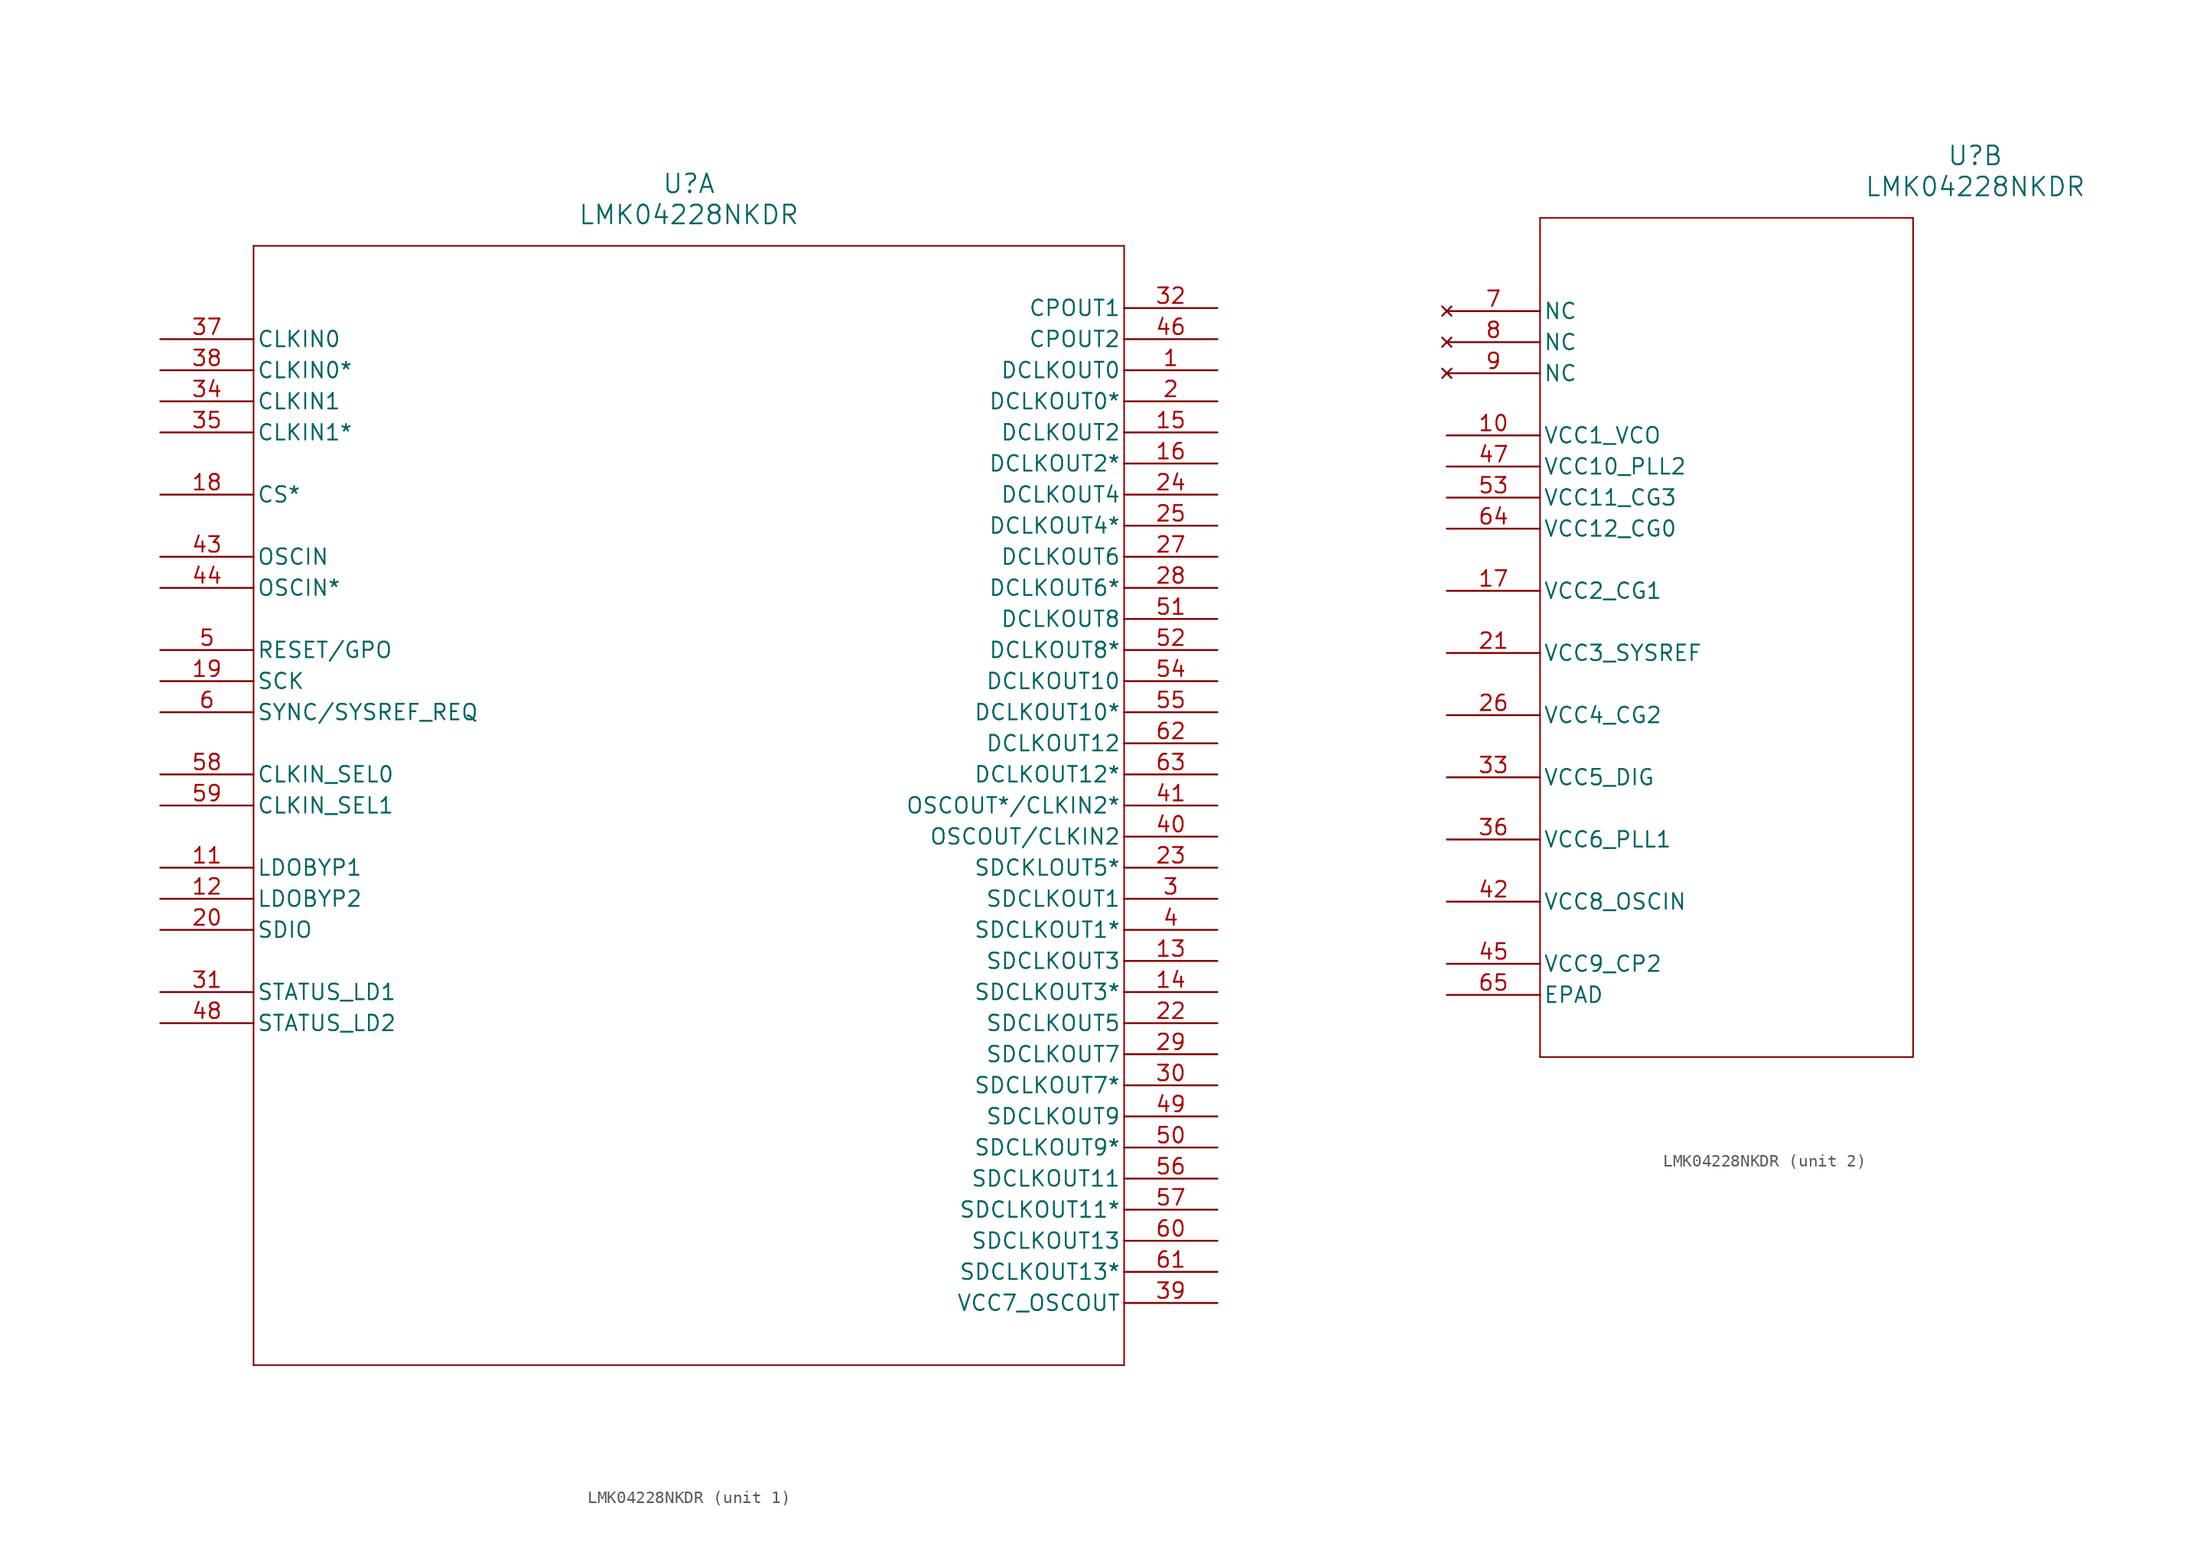
<source format=kicad_sym>
(kicad_symbol_lib
  (version 20211014)
  (generator kicad_symbol_editor)
  (symbol "LMK04228NKDR"
    (pin_names
      (offset 0.254))
    (property "Reference" "U"
      (at 43.18 12.7 0)
      (effects (font (size 1.524 1.524))))
    (property "Value" "LMK04228NKDR"
      (at 43.18 10.16 0)
      (effects (font (size 1.524 1.524))))
    (symbol "LMK04228NKDR_1_1"
      (polyline (pts (xy 7.62 7.62) (xy 7.62 -83.82)) (stroke (width 0.127) (type default) (color 0 0 0 0)) (fill (type none)))
      (polyline (pts (xy 7.62 -83.82) (xy 78.74 -83.82)) (stroke (width 0.127) (type default) (color 0 0 0 0)) (fill (type none)))
      (polyline (pts (xy 78.74 -83.82) (xy 78.74 7.62)) (stroke (width 0.127) (type default) (color 0 0 0 0)) (fill (type none)))
      (polyline (pts (xy 78.74 7.62) (xy 7.62 7.62)) (stroke (width 0.127) (type default) (color 0 0 0 0)) (fill (type none)))
      (pin output line (at 86.36 -2.54 180) (length 7.62) (name "DCLKOUT0" (effects (font (size 1.27 1.27)))) (number "1" (effects (font (size 1.27 1.27)))))
      (pin output line (at 86.36 -5.08 180) (length 7.62) (name "DCLKOUT0*" (effects (font (size 1.27 1.27)))) (number "2" (effects (font (size 1.27 1.27)))))
      (pin output line (at 86.36 -45.72 180) (length 7.62) (name "SDCLKOUT1" (effects (font (size 1.27 1.27)))) (number "3" (effects (font (size 1.27 1.27)))))
      (pin output line (at 86.36 -48.26 180) (length 7.62) (name "SDCLKOUT1*" (effects (font (size 1.27 1.27)))) (number "4" (effects (font (size 1.27 1.27)))))
      (pin input line (at 0 -25.4 0) (length 7.62) (name "RESET/GPO" (effects (font (size 1.27 1.27)))) (number "5" (effects (font (size 1.27 1.27)))))
      (pin input line (at 0 -30.48 0) (length 7.62) (name "SYNC/SYSREF_REQ" (effects (font (size 1.27 1.27)))) (number "6" (effects (font (size 1.27 1.27)))))
      (pin unspecified line (at 0 -43.18 0) (length 7.62) (name "LDOBYP1" (effects (font (size 1.27 1.27)))) (number "11" (effects (font (size 1.27 1.27)))))
      (pin unspecified line (at 0 -45.72 0) (length 7.62) (name "LDOBYP2" (effects (font (size 1.27 1.27)))) (number "12" (effects (font (size 1.27 1.27)))))
      (pin output line (at 86.36 -50.8 180) (length 7.62) (name "SDCLKOUT3" (effects (font (size 1.27 1.27)))) (number "13" (effects (font (size 1.27 1.27)))))
      (pin output line (at 86.36 -53.34 180) (length 7.62) (name "SDCLKOUT3*" (effects (font (size 1.27 1.27)))) (number "14" (effects (font (size 1.27 1.27)))))
      (pin output line (at 86.36 -7.62 180) (length 7.62) (name "DCLKOUT2" (effects (font (size 1.27 1.27)))) (number "15" (effects (font (size 1.27 1.27)))))
      (pin output line (at 86.36 -10.16 180) (length 7.62) (name "DCLKOUT2*" (effects (font (size 1.27 1.27)))) (number "16" (effects (font (size 1.27 1.27)))))
      (pin input line (at 0 -12.7 0) (length 7.62) (name "CS*" (effects (font (size 1.27 1.27)))) (number "18" (effects (font (size 1.27 1.27)))))
      (pin input line (at 0 -27.94 0) (length 7.62) (name "SCK" (effects (font (size 1.27 1.27)))) (number "19" (effects (font (size 1.27 1.27)))))
      (pin bidirectional line (at 0 -48.26 0) (length 7.62) (name "SDIO" (effects (font (size 1.27 1.27)))) (number "20" (effects (font (size 1.27 1.27)))))
      (pin output line (at 86.36 -55.88 180) (length 7.62) (name "SDCLKOUT5" (effects (font (size 1.27 1.27)))) (number "22" (effects (font (size 1.27 1.27)))))
      (pin output line (at 86.36 -43.18 180) (length 7.62) (name "SDCKLOUT5*" (effects (font (size 1.27 1.27)))) (number "23" (effects (font (size 1.27 1.27)))))
      (pin output line (at 86.36 -12.7 180) (length 7.62) (name "DCLKOUT4" (effects (font (size 1.27 1.27)))) (number "24" (effects (font (size 1.27 1.27)))))
      (pin output line (at 86.36 -15.24 180) (length 7.62) (name "DCLKOUT4*" (effects (font (size 1.27 1.27)))) (number "25" (effects (font (size 1.27 1.27)))))
      (pin output line (at 86.36 -17.78 180) (length 7.62) (name "DCLKOUT6" (effects (font (size 1.27 1.27)))) (number "27" (effects (font (size 1.27 1.27)))))
      (pin output line (at 86.36 -20.32 180) (length 7.62) (name "DCLKOUT6*" (effects (font (size 1.27 1.27)))) (number "28" (effects (font (size 1.27 1.27)))))
      (pin output line (at 86.36 -58.42 180) (length 7.62) (name "SDCLKOUT7" (effects (font (size 1.27 1.27)))) (number "29" (effects (font (size 1.27 1.27)))))
      (pin output line (at 86.36 -60.96 180) (length 7.62) (name "SDCLKOUT7*" (effects (font (size 1.27 1.27)))) (number "30" (effects (font (size 1.27 1.27)))))
      (pin bidirectional line (at 0 -53.34 0) (length 7.62) (name "STATUS_LD1" (effects (font (size 1.27 1.27)))) (number "31" (effects (font (size 1.27 1.27)))))
      (pin output line (at 86.36 2.54 180) (length 7.62) (name "CPOUT1" (effects (font (size 1.27 1.27)))) (number "32" (effects (font (size 1.27 1.27)))))
      (pin input line (at 0 -5.08 0) (length 7.62) (name "CLKIN1" (effects (font (size 1.27 1.27)))) (number "34" (effects (font (size 1.27 1.27)))))
      (pin input line (at 0 -7.62 0) (length 7.62) (name "CLKIN1*" (effects (font (size 1.27 1.27)))) (number "35" (effects (font (size 1.27 1.27)))))
      (pin input line (at 0 0 0) (length 7.62) (name "CLKIN0" (effects (font (size 1.27 1.27)))) (number "37" (effects (font (size 1.27 1.27)))))
      (pin input line (at 0 -2.54 0) (length 7.62) (name "CLKIN0*" (effects (font (size 1.27 1.27)))) (number "38" (effects (font (size 1.27 1.27)))))
      (pin power_in line (at 86.36 -78.74 180) (length 7.62) (name "VCC7_OSCOUT" (effects (font (size 1.27 1.27)))) (number "39" (effects (font (size 1.27 1.27)))))
      (pin output line (at 86.36 -40.64 180) (length 7.62) (name "OSCOUT/CLKIN2" (effects (font (size 1.27 1.27)))) (number "40" (effects (font (size 1.27 1.27)))))
      (pin output line (at 86.36 -38.1 180) (length 7.62) (name "OSCOUT*/CLKIN2*" (effects (font (size 1.27 1.27)))) (number "41" (effects (font (size 1.27 1.27)))))
      (pin input line (at 0 -17.78 0) (length 7.62) (name "OSCIN" (effects (font (size 1.27 1.27)))) (number "43" (effects (font (size 1.27 1.27)))))
      (pin input line (at 0 -20.32 0) (length 7.62) (name "OSCIN*" (effects (font (size 1.27 1.27)))) (number "44" (effects (font (size 1.27 1.27)))))
      (pin output line (at 86.36 0 180) (length 7.62) (name "CPOUT2" (effects (font (size 1.27 1.27)))) (number "46" (effects (font (size 1.27 1.27)))))
      (pin bidirectional line (at 0 -55.88 0) (length 7.62) (name "STATUS_LD2" (effects (font (size 1.27 1.27)))) (number "48" (effects (font (size 1.27 1.27)))))
      (pin output line (at 86.36 -63.5 180) (length 7.62) (name "SDCLKOUT9" (effects (font (size 1.27 1.27)))) (number "49" (effects (font (size 1.27 1.27)))))
      (pin output line (at 86.36 -66.04 180) (length 7.62) (name "SDCLKOUT9*" (effects (font (size 1.27 1.27)))) (number "50" (effects (font (size 1.27 1.27)))))
      (pin output line (at 86.36 -22.86 180) (length 7.62) (name "DCLKOUT8" (effects (font (size 1.27 1.27)))) (number "51" (effects (font (size 1.27 1.27)))))
      (pin output line (at 86.36 -25.4 180) (length 7.62) (name "DCLKOUT8*" (effects (font (size 1.27 1.27)))) (number "52" (effects (font (size 1.27 1.27)))))
      (pin output line (at 86.36 -27.94 180) (length 7.62) (name "DCLKOUT10" (effects (font (size 1.27 1.27)))) (number "54" (effects (font (size 1.27 1.27)))))
      (pin output line (at 86.36 -30.48 180) (length 7.62) (name "DCLKOUT10*" (effects (font (size 1.27 1.27)))) (number "55" (effects (font (size 1.27 1.27)))))
      (pin output line (at 86.36 -68.58 180) (length 7.62) (name "SDCLKOUT11" (effects (font (size 1.27 1.27)))) (number "56" (effects (font (size 1.27 1.27)))))
      (pin output line (at 86.36 -71.12 180) (length 7.62) (name "SDCLKOUT11*" (effects (font (size 1.27 1.27)))) (number "57" (effects (font (size 1.27 1.27)))))
      (pin bidirectional line (at 0 -35.56 0) (length 7.62) (name "CLKIN_SEL0" (effects (font (size 1.27 1.27)))) (number "58" (effects (font (size 1.27 1.27)))))
      (pin bidirectional line (at 0 -38.1 0) (length 7.62) (name "CLKIN_SEL1" (effects (font (size 1.27 1.27)))) (number "59" (effects (font (size 1.27 1.27)))))
      (pin output line (at 86.36 -73.66 180) (length 7.62) (name "SDCLKOUT13" (effects (font (size 1.27 1.27)))) (number "60" (effects (font (size 1.27 1.27)))))
      (pin output line (at 86.36 -76.2 180) (length 7.62) (name "SDCLKOUT13*" (effects (font (size 1.27 1.27)))) (number "61" (effects (font (size 1.27 1.27)))))
      (pin output line (at 86.36 -33.02 180) (length 7.62) (name "DCLKOUT12" (effects (font (size 1.27 1.27)))) (number "62" (effects (font (size 1.27 1.27)))))
      (pin output line (at 86.36 -35.56 180) (length 7.62) (name "DCLKOUT12*" (effects (font (size 1.27 1.27)))) (number "63" (effects (font (size 1.27 1.27))))))
    (symbol "LMK04228NKDR_2_1"
      (polyline (pts (xy 7.62 7.62) (xy 7.62 -60.96)) (stroke (width 0.127) (type default) (color 0 0 0 0)) (fill (type none)))
      (polyline (pts (xy 7.62 -60.96) (xy 38.1 -60.96)) (stroke (width 0.127) (type default) (color 0 0 0 0)) (fill (type none)))
      (polyline (pts (xy 38.1 -60.96) (xy 38.1 7.62)) (stroke (width 0.127) (type default) (color 0 0 0 0)) (fill (type none)))
      (polyline (pts (xy 38.1 7.62) (xy 7.62 7.62)) (stroke (width 0.127) (type default) (color 0 0 0 0)) (fill (type none)))
      (pin no_connect line (at 0 0 0) (length 7.62) (name "NC" (effects (font (size 1.27 1.27)))) (number "7" (effects (font (size 1.27 1.27)))))
      (pin no_connect line (at 0 -2.54 0) (length 7.62) (name "NC" (effects (font (size 1.27 1.27)))) (number "8" (effects (font (size 1.27 1.27)))))
      (pin no_connect line (at 0 -5.08 0) (length 7.62) (name "NC" (effects (font (size 1.27 1.27)))) (number "9" (effects (font (size 1.27 1.27)))))
      (pin power_in line (at 0 -10.16 0) (length 7.62) (name "VCC1_VCO" (effects (font (size 1.27 1.27)))) (number "10" (effects (font (size 1.27 1.27)))))
      (pin power_in line (at 0 -22.86 0) (length 7.62) (name "VCC2_CG1" (effects (font (size 1.27 1.27)))) (number "17" (effects (font (size 1.27 1.27)))))
      (pin power_in line (at 0 -27.94 0) (length 7.62) (name "VCC3_SYSREF" (effects (font (size 1.27 1.27)))) (number "21" (effects (font (size 1.27 1.27)))))
      (pin power_in line (at 0 -33.02 0) (length 7.62) (name "VCC4_CG2" (effects (font (size 1.27 1.27)))) (number "26" (effects (font (size 1.27 1.27)))))
      (pin power_in line (at 0 -38.1 0) (length 7.62) (name "VCC5_DIG" (effects (font (size 1.27 1.27)))) (number "33" (effects (font (size 1.27 1.27)))))
      (pin power_in line (at 0 -43.18 0) (length 7.62) (name "VCC6_PLL1" (effects (font (size 1.27 1.27)))) (number "36" (effects (font (size 1.27 1.27)))))
      (pin power_in line (at 0 -48.26 0) (length 7.62) (name "VCC8_OSCIN" (effects (font (size 1.27 1.27)))) (number "42" (effects (font (size 1.27 1.27)))))
      (pin power_in line (at 0 -53.34 0) (length 7.62) (name "VCC9_CP2" (effects (font (size 1.27 1.27)))) (number "45" (effects (font (size 1.27 1.27)))))
      (pin power_in line (at 0 -12.7 0) (length 7.62) (name "VCC10_PLL2" (effects (font (size 1.27 1.27)))) (number "47" (effects (font (size 1.27 1.27)))))
      (pin power_in line (at 0 -15.24 0) (length 7.62) (name "VCC11_CG3" (effects (font (size 1.27 1.27)))) (number "53" (effects (font (size 1.27 1.27)))))
      (pin power_in line (at 0 -17.78 0) (length 7.62) (name "VCC12_CG0" (effects (font (size 1.27 1.27)))) (number "64" (effects (font (size 1.27 1.27)))))
      (pin power_out line (at 0 -55.88 0) (length 7.62) (name "EPAD" (effects (font (size 1.27 1.27)))) (number "65" (effects (font (size 1.27 1.27))))))))
</source>
